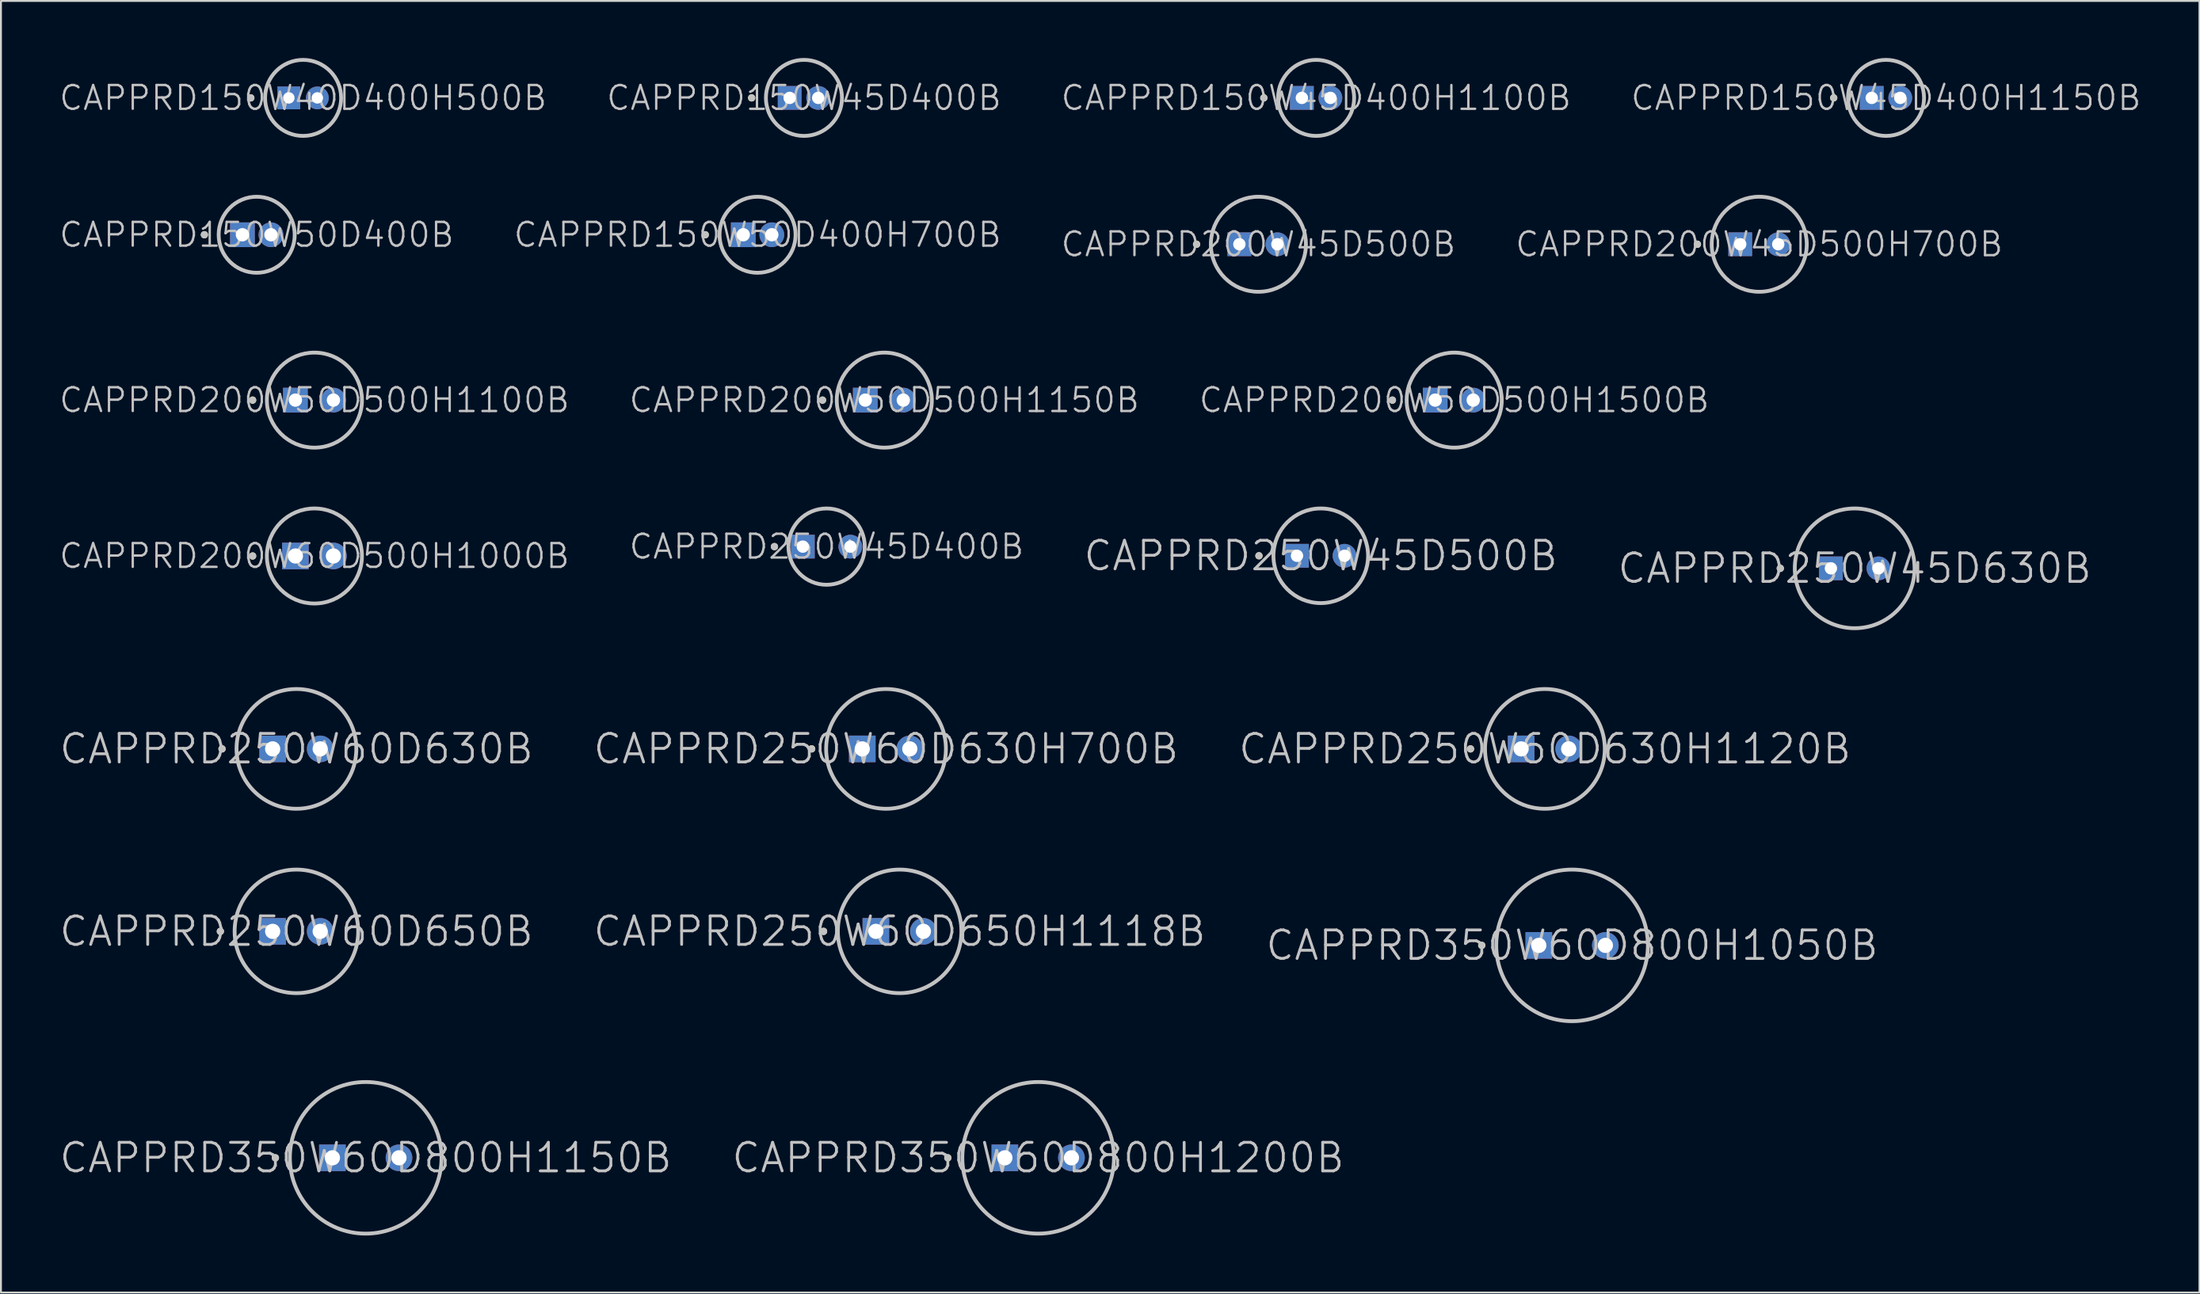
<source format=kicad_pcb>
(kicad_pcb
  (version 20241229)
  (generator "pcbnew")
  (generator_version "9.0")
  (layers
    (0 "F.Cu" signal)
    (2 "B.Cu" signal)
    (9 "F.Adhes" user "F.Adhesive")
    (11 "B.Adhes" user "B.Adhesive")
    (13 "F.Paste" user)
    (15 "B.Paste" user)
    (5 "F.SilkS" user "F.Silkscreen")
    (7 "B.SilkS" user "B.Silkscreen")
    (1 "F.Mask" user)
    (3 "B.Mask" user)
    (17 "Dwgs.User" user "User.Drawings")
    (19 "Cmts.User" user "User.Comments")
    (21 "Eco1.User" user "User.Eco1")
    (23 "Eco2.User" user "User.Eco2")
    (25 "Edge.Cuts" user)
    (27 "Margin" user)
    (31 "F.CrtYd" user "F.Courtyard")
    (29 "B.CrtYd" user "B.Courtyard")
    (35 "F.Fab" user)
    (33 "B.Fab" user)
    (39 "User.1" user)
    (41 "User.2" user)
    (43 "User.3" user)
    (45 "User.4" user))
  (footprint "CAPPRD200W60D500H1000B"
    (layer "F.Cu")
    (at 13.485 26.2)
    (property "Reference" "CAPPRD200W60D500H1000B" (at 0 0 0) (layer "Dwgs.User") (effects (font (size 1.25 1.25) (thickness 0.125))))
    (attr through_hole)
    (fp_line (start -3.25 0) (end -3.25 0) (stroke (width 0.381) (type solid)) (layer "F.SilkS"))
    (fp_line (start -3.25 0) (end -3.25 0) (stroke (width 0.381) (type solid)) (layer "Dwgs.User"))
    (fp_circle (center 0 0) (end 2.5 0) (stroke (width 0.2) (type solid)) (fill no) (layer "Dwgs.User"))
    (pad "1" thru_hole rect (at -1 0) (size 1.4 1.4) (drill 0.8) (layers "*.Cu" "*.Mask"))
    (pad "2" thru_hole circle (at 1 0) (size 1.4 1.4) (drill 0.8) (layers "*.Cu" "*.Mask")))
  (footprint "CAPPRD250W45D400B"
    (layer "F.Cu")
    (at 40.42 25.707)
    (property "Reference" "CAPPRD250W45D400B" (at 0 0 0) (layer "Dwgs.User") (effects (font (size 1.25 1.25) (thickness 0.125))))
    (attr through_hole)
    (fp_line (start -2.743 0) (end -2.743 0) (stroke (width 0.381) (type solid)) (layer "F.SilkS"))
    (fp_line (start -2.743 0) (end -2.743 0) (stroke (width 0.381) (type solid)) (layer "Dwgs.User"))
    (fp_circle (center 0 0) (end 2.007 0) (stroke (width 0.2) (type solid)) (fill no) (layer "Dwgs.User"))
    (pad "1" thru_hole rect (at -1.25 0) (size 1.25 1.25) (drill 0.65) (layers "*.Cu" "*.Mask"))
    (pad "2" thru_hole circle (at 1.25 0) (size 1.25 1.25) (drill 0.65) (layers "*.Cu" "*.Mask")))
  (footprint "CAPPRD150W45D400H1100B"
    (layer "F.Cu")
    (at 66.164 2.1)
    (property "Reference" "CAPPRD150W45D400H1100B" (at 0 0 0) (layer "Dwgs.User") (effects (font (size 1.25 1.25) (thickness 0.125))))
    (attr through_hole)
    (fp_line (start -2.75 0) (end -2.75 0) (stroke (width 0.381) (type solid)) (layer "F.SilkS"))
    (fp_line (start -2.75 0) (end -2.75 0) (stroke (width 0.381) (type solid)) (layer "Dwgs.User"))
    (fp_circle (center 0 0) (end 2 0) (stroke (width 0.2) (type solid)) (fill no) (layer "Dwgs.User"))
    (pad "1" thru_hole rect (at -0.75 0) (size 1.25 1.25) (drill 0.65) (layers "*.Cu" "*.Mask"))
    (pad "2" thru_hole circle (at 0.75 0) (size 1.25 1.25) (drill 0.65) (layers "*.Cu" "*.Mask")))
  (footprint "CAPPRD150W45D400B"
    (layer "F.Cu")
    (at 39.229 2.1)
    (property "Reference" "CAPPRD150W45D400B" (at 0 0 0) (layer "Dwgs.User") (effects (font (size 1.25 1.25) (thickness 0.125))))
    (attr through_hole)
    (fp_line (start -2.75 0) (end -2.75 0) (stroke (width 0.381) (type solid)) (layer "F.SilkS"))
    (fp_line (start -2.75 0) (end -2.75 0) (stroke (width 0.381) (type solid)) (layer "Dwgs.User"))
    (fp_circle (center 0 0) (end 2 0) (stroke (width 0.2) (type solid)) (fill no) (layer "Dwgs.User"))
    (pad "1" thru_hole rect (at -0.75 0) (size 1.25 1.25) (drill 0.65) (layers "*.Cu" "*.Mask"))
    (pad "2" thru_hole circle (at 0.75 0) (size 1.25 1.25) (drill 0.65) (layers "*.Cu" "*.Mask")))
  (footprint "CAPPRD250W45D500B"
    (layer "F.Cu")
    (at 66.408 26.189)
    (property "Reference" "CAPPRD250W45D500B" (at 0 0 0) (layer "Dwgs.User") (effects (font (size 1.5 1.5) (thickness 0.15))))
    (attr through_hole)
    (fp_line (start -3.251 0) (end -3.251 0) (stroke (width 0.381) (type solid)) (layer "F.SilkS"))
    (fp_line (start -3.251 0) (end -3.251 0) (stroke (width 0.381) (type solid)) (layer "Dwgs.User"))
    (fp_circle (center 0 0) (end 2.489 0) (stroke (width 0.2) (type solid)) (fill no) (layer "Dwgs.User"))
    (pad "1" thru_hole rect (at -1.25 0) (size 1.25 1.25) (drill 0.65) (layers "*.Cu" "*.Mask"))
    (pad "2" thru_hole circle (at 1.25 0) (size 1.25 1.25) (drill 0.65) (layers "*.Cu" "*.Mask")))
  (footprint "CAPPRD250W60D630B"
    (layer "F.Cu")
    (at 12.539 36.349)
    (property "Reference" "CAPPRD250W60D630B" (at 0 0 0) (layer "Dwgs.User") (effects (font (size 1.5 1.5) (thickness 0.15))))
    (attr through_hole)
    (fp_line (start -3.912 0) (end -3.912 0) (stroke (width 0.381) (type solid)) (layer "F.SilkS"))
    (fp_line (start -3.912 0) (end -3.912 0) (stroke (width 0.381) (type solid)) (layer "Dwgs.User"))
    (fp_circle (center 0 0) (end 3.15 0) (stroke (width 0.2) (type solid)) (fill no) (layer "Dwgs.User"))
    (pad "1" thru_hole rect (at -1.25 0) (size 1.4 1.4) (drill 0.8) (layers "*.Cu" "*.Mask"))
    (pad "2" thru_hole circle (at 1.25 0) (size 1.4 1.4) (drill 0.8) (layers "*.Cu" "*.Mask")))
  (footprint "CAPPRD250W60D630H700B"
    (layer "F.Cu")
    (at 43.546 36.349)
    (property "Reference" "CAPPRD250W60D630H700B" (at 0 0 0) (layer "Dwgs.User") (effects (font (size 1.5 1.5) (thickness 0.15))))
    (attr through_hole)
    (fp_line (start -3.912 0) (end -3.912 0) (stroke (width 0.381) (type solid)) (layer "F.SilkS"))
    (fp_line (start -3.912 0) (end -3.912 0) (stroke (width 0.381) (type solid)) (layer "Dwgs.User"))
    (fp_circle (center 0 0) (end 3.15 0) (stroke (width 0.2) (type solid)) (fill no) (layer "Dwgs.User"))
    (pad "1" thru_hole rect (at -1.25 0) (size 1.4 1.4) (drill 0.8) (layers "*.Cu" "*.Mask"))
    (pad "2" thru_hole circle (at 1.25 0) (size 1.4 1.4) (drill 0.8) (layers "*.Cu" "*.Mask")))
  (footprint "CAPPRD150W40D400H500B"
    (layer "F.Cu")
    (at 12.89 2.1)
    (property "Reference" "CAPPRD150W40D400H500B" (at 0 0 0) (layer "Dwgs.User") (effects (font (size 1.25 1.25) (thickness 0.125))))
    (attr through_hole)
    (fp_line (start -2.75 0) (end -2.75 0) (stroke (width 0.381) (type solid)) (layer "F.SilkS"))
    (fp_line (start -2.75 0) (end -2.75 0) (stroke (width 0.381) (type solid)) (layer "Dwgs.User"))
    (fp_circle (center 0 0) (end 2 0) (stroke (width 0.2) (type solid)) (fill no) (layer "Dwgs.User"))
    (pad "1" thru_hole rect (at -0.75 0) (size 1.2 1.2) (drill 0.6) (layers "*.Cu" "*.Mask"))
    (pad "2" thru_hole circle (at 0.75 0) (size 1.2 1.2) (drill 0.6) (layers "*.Cu" "*.Mask")))
  (footprint "CAPPRD250W60D650B"
    (layer "F.Cu")
    (at 12.539 45.948)
    (property "Reference" "CAPPRD250W60D650B" (at 0 0 0) (layer "Dwgs.User") (effects (font (size 1.5 1.5) (thickness 0.15))))
    (attr through_hole)
    (fp_line (start -4 0) (end -4 0) (stroke (width 0.381) (type solid)) (layer "F.SilkS"))
    (fp_line (start -4 0) (end -4 0) (stroke (width 0.381) (type solid)) (layer "Dwgs.User"))
    (fp_circle (center 0 0) (end 3.25 0) (stroke (width 0.2) (type solid)) (fill no) (layer "Dwgs.User"))
    (pad "1" thru_hole rect (at -1.25 0) (size 1.4 1.4) (drill 0.8) (layers "*.Cu" "*.Mask"))
    (pad "2" thru_hole circle (at 1.25 0) (size 1.4 1.4) (drill 0.8) (layers "*.Cu" "*.Mask")))
  (footprint "CAPPRD200W45D500H700B"
    (layer "F.Cu")
    (at 89.467 9.8)
    (property "Reference" "CAPPRD200W45D500H700B" (at 0 0 0) (layer "Dwgs.User") (effects (font (size 1.25 1.25) (thickness 0.125))))
    (attr through_hole)
    (fp_line (start -3.25 0) (end -3.25 0) (stroke (width 0.381) (type solid)) (layer "F.SilkS"))
    (fp_line (start -3.25 0) (end -3.25 0) (stroke (width 0.381) (type solid)) (layer "Dwgs.User"))
    (fp_circle (center 0 0) (end 2.5 0) (stroke (width 0.2) (type solid)) (fill no) (layer "Dwgs.User"))
    (pad "1" thru_hole rect (at -1 0) (size 1.25 1.25) (drill 0.65) (layers "*.Cu" "*.Mask"))
    (pad "2" thru_hole circle (at 1 0 90) (size 1.25 1.25) (drill 0.65) (layers "*.Cu" "*.Mask")))
  (footprint "CAPPRD250W60D630H1120B"
    (layer "F.Cu")
    (at 78.196 36.349)
    (property "Reference" "CAPPRD250W60D630H1120B" (at 0 0 0) (layer "Dwgs.User") (effects (font (size 1.5 1.5) (thickness 0.15))))
    (attr through_hole)
    (fp_line (start -3.912 0) (end -3.912 0) (stroke (width 0.381) (type solid)) (layer "F.SilkS"))
    (fp_line (start -3.912 0) (end -3.912 0) (stroke (width 0.381) (type solid)) (layer "Dwgs.User"))
    (fp_circle (center 0 0) (end 3.15 0) (stroke (width 0.2) (type solid)) (fill no) (layer "Dwgs.User"))
    (pad "1" thru_hole rect (at -1.25 0) (size 1.4 1.4) (drill 0.8) (layers "*.Cu" "*.Mask"))
    (pad "2" thru_hole circle (at 1.25 0) (size 1.4 1.4) (drill 0.8) (layers "*.Cu" "*.Mask")))
  (footprint "CAPPRD350W60D800H1150B"
    (layer "F.Cu")
    (at 16.182 57.862)
    (property "Reference" "CAPPRD350W60D800H1150B" (at 0 0 0) (layer "Dwgs.User") (effects (font (size 1.5 1.5) (thickness 0.15))))
    (attr through_hole)
    (fp_line (start -4.75 0) (end -4.75 0) (stroke (width 0.381) (type solid)) (layer "F.SilkS"))
    (fp_line (start -4.75 0) (end -4.75 0) (stroke (width 0.381) (type solid)) (layer "Dwgs.User"))
    (fp_circle (center 0 0) (end 3.988 0) (stroke (width 0.2) (type solid)) (fill no) (layer "Dwgs.User"))
    (pad "1" thru_hole rect (at -1.75 0) (size 1.4 1.4) (drill 0.8) (layers "*.Cu" "*.Mask"))
    (pad "2" thru_hole circle (at 1.75 0) (size 1.4 1.4) (drill 0.8) (layers "*.Cu" "*.Mask")))
  (footprint "CAPPRD150W50D400B"
    (layer "F.Cu")
    (at 10.449 9.3)
    (property "Reference" "CAPPRD150W50D400B" (at 0 0 0) (layer "Dwgs.User") (effects (font (size 1.25 1.25) (thickness 0.125))))
    (attr through_hole)
    (fp_line (start -2.75 0) (end -2.75 0) (stroke (width 0.381) (type solid)) (layer "F.SilkS"))
    (fp_line (start -2.75 0) (end -2.75 0) (stroke (width 0.381) (type solid)) (layer "Dwgs.User"))
    (fp_circle (center 0 0) (end 2 0) (stroke (width 0.2) (type solid)) (fill no) (layer "Dwgs.User"))
    (pad "1" thru_hole rect (at -0.75 0) (size 1.3 1.3) (drill 0.7) (layers "*.Cu" "*.Mask"))
    (pad "2" thru_hole circle (at 0.75 0) (size 1.3 1.3) (drill 0.7) (layers "*.Cu" "*.Mask")))
  (footprint "CAPPRD250W45D630B"
    (layer "F.Cu")
    (at 94.487 26.85)
    (property "Reference" "CAPPRD250W45D630B" (at 0 0 0) (layer "Dwgs.User") (effects (font (size 1.5 1.5) (thickness 0.15))))
    (attr through_hole)
    (fp_line (start -3.912 0) (end -3.912 0) (stroke (width 0.381) (type solid)) (layer "F.SilkS"))
    (fp_line (start -3.912 0) (end -3.912 0) (stroke (width 0.381) (type solid)) (layer "Dwgs.User"))
    (fp_circle (center 0 0) (end 3.15 0) (stroke (width 0.2) (type solid)) (fill no) (layer "Dwgs.User"))
    (pad "1" thru_hole rect (at -1.25 0) (size 1.25 1.25) (drill 0.65) (layers "*.Cu" "*.Mask"))
    (pad "2" thru_hole circle (at 1.25 0) (size 1.25 1.25) (drill 0.65) (layers "*.Cu" "*.Mask")))
  (footprint "CAPPRD250W60D650H1118B"
    (layer "F.Cu")
    (at 44.261 45.948)
    (property "Reference" "CAPPRD250W60D650H1118B" (at 0 0 0) (layer "Dwgs.User") (effects (font (size 1.5 1.5) (thickness 0.15))))
    (attr through_hole)
    (fp_line (start -4 0) (end -4 0) (stroke (width 0.381) (type solid)) (layer "F.SilkS"))
    (fp_line (start -4 0) (end -4 0) (stroke (width 0.381) (type solid)) (layer "Dwgs.User"))
    (fp_circle (center 0 0) (end 3.25 0) (stroke (width 0.2) (type solid)) (fill no) (layer "Dwgs.User"))
    (pad "1" thru_hole rect (at -1.25 0) (size 1.4 1.4) (drill 0.8) (layers "*.Cu" "*.Mask"))
    (pad "2" thru_hole circle (at 1.25 0) (size 1.4 1.4) (drill 0.8) (layers "*.Cu" "*.Mask")))
  (footprint "CAPPRD200W50D500H1100B"
    (layer "F.Cu")
    (at 13.485 18)
    (property "Reference" "CAPPRD200W50D500H1100B" (at 0 0 0) (layer "Dwgs.User") (effects (font (size 1.25 1.25) (thickness 0.125))))
    (attr through_hole)
    (fp_line (start -3.25 0) (end -3.25 0) (stroke (width 0.381) (type solid)) (layer "F.SilkS"))
    (fp_line (start -3.25 0) (end -3.25 0) (stroke (width 0.381) (type solid)) (layer "Dwgs.User"))
    (fp_circle (center 0 0) (end 2.5 0) (stroke (width 0.2) (type solid)) (fill no) (layer "Dwgs.User"))
    (pad "1" thru_hole rect (at -1 0) (size 1.3 1.3) (drill 0.7) (layers "*.Cu" "*.Mask"))
    (pad "2" thru_hole circle (at 1 0) (size 1.3 1.3) (drill 0.7) (layers "*.Cu" "*.Mask")))
  (footprint "CAPPRD350W60D800H1200B"
    (layer "F.Cu")
    (at 51.546 57.862)
    (property "Reference" "CAPPRD350W60D800H1200B" (at 0 0 0) (layer "Dwgs.User") (effects (font (size 1.5 1.5) (thickness 0.15))))
    (attr through_hole)
    (fp_line (start -4.75 0) (end -4.75 0) (stroke (width 0.381) (type solid)) (layer "F.SilkS"))
    (fp_line (start -4.75 0) (end -4.75 0) (stroke (width 0.381) (type solid)) (layer "Dwgs.User"))
    (fp_circle (center 0 0) (end 3.988 0) (stroke (width 0.2) (type solid)) (fill no) (layer "Dwgs.User"))
    (pad "1" thru_hole rect (at -1.75 0) (size 1.4 1.4) (drill 0.8) (layers "*.Cu" "*.Mask"))
    (pad "2" thru_hole circle (at 1.75 0) (size 1.4 1.4) (drill 0.8) (layers "*.Cu" "*.Mask")))
  (footprint "CAPPRD200W45D500B"
    (layer "F.Cu")
    (at 63.128 9.8)
    (property "Reference" "CAPPRD200W45D500B" (at 0 0 0) (layer "Dwgs.User") (effects (font (size 1.25 1.25) (thickness 0.125))))
    (attr through_hole)
    (fp_line (start -3.25 0) (end -3.25 0) (stroke (width 0.381) (type solid)) (layer "F.SilkS"))
    (fp_line (start -3.25 0) (end -3.25 0) (stroke (width 0.381) (type solid)) (layer "Dwgs.User"))
    (fp_circle (center 0 0) (end 2.5 0) (stroke (width 0.2) (type solid)) (fill no) (layer "Dwgs.User"))
    (pad "1" thru_hole rect (at -1 0) (size 1.25 1.25) (drill 0.65) (layers "*.Cu" "*.Mask"))
    (pad "2" thru_hole circle (at 1 0 90) (size 1.25 1.25) (drill 0.65) (layers "*.Cu" "*.Mask")))
  (footprint "CAPPRD350W60D800H1050B"
    (layer "F.Cu")
    (at 79.625 46.686)
    (property "Reference" "CAPPRD350W60D800H1050B" (at 0 0 0) (layer "Dwgs.User") (effects (font (size 1.5 1.5) (thickness 0.15))))
    (attr through_hole)
    (fp_line (start -4.75 0) (end -4.75 0) (stroke (width 0.381) (type solid)) (layer "F.SilkS"))
    (fp_line (start -4.75 0) (end -4.75 0) (stroke (width 0.381) (type solid)) (layer "Dwgs.User"))
    (fp_circle (center 0 0) (end 3.988 0) (stroke (width 0.2) (type solid)) (fill no) (layer "Dwgs.User"))
    (pad "1" thru_hole rect (at -1.75 0) (size 1.4 1.4) (drill 0.8) (layers "*.Cu" "*.Mask"))
    (pad "2" thru_hole circle (at 1.75 0) (size 1.4 1.4) (drill 0.8) (layers "*.Cu" "*.Mask")))
  (footprint "CAPPRD200W50D500H1500B"
    (layer "F.Cu")
    (at 73.426 18)
    (property "Reference" "CAPPRD200W50D500H1500B" (at 0 0 0) (layer "Dwgs.User") (effects (font (size 1.25 1.25) (thickness 0.125))))
    (attr through_hole)
    (fp_line (start -3.25 0) (end -3.25 0) (stroke (width 0.381) (type solid)) (layer "F.SilkS"))
    (fp_line (start -3.25 0) (end -3.25 0) (stroke (width 0.381) (type solid)) (layer "Dwgs.User"))
    (fp_circle (center 0 0) (end 2.5 0) (stroke (width 0.2) (type solid)) (fill no) (layer "Dwgs.User"))
    (pad "1" thru_hole rect (at -1 0) (size 1.3 1.3) (drill 0.7) (layers "*.Cu" "*.Mask"))
    (pad "2" thru_hole circle (at 1 0) (size 1.3 1.3) (drill 0.7) (layers "*.Cu" "*.Mask")))
  (footprint "CAPPRD150W50D400H700B"
    (layer "F.Cu")
    (at 36.789 9.3)
    (property "Reference" "CAPPRD150W50D400H700B" (at 0 0 0) (layer "Dwgs.User") (effects (font (size 1.25 1.25) (thickness 0.125))))
    (attr through_hole)
    (fp_line (start -2.75 0) (end -2.75 0) (stroke (width 0.381) (type solid)) (layer "F.SilkS"))
    (fp_line (start -2.75 0) (end -2.75 0) (stroke (width 0.381) (type solid)) (layer "Dwgs.User"))
    (fp_circle (center 0 0) (end 2 0) (stroke (width 0.2) (type solid)) (fill no) (layer "Dwgs.User"))
    (pad "1" thru_hole rect (at -0.75 0) (size 1.3 1.3) (drill 0.7) (layers "*.Cu" "*.Mask"))
    (pad "2" thru_hole circle (at 0.75 0) (size 1.3 1.3) (drill 0.7) (layers "*.Cu" "*.Mask")))
  (footprint "CAPPRD200W50D500H1150B"
    (layer "F.Cu")
    (at 43.455 18)
    (property "Reference" "CAPPRD200W50D500H1150B" (at 0 0 0) (layer "Dwgs.User") (effects (font (size 1.25 1.25) (thickness 0.125))))
    (attr through_hole)
    (fp_line (start -3.25 0) (end -3.25 0) (stroke (width 0.381) (type solid)) (layer "F.SilkS"))
    (fp_line (start -3.25 0) (end -3.25 0) (stroke (width 0.381) (type solid)) (layer "Dwgs.User"))
    (fp_circle (center 0 0) (end 2.5 0) (stroke (width 0.2) (type solid)) (fill no) (layer "Dwgs.User"))
    (pad "1" thru_hole rect (at -1 0) (size 1.3 1.3) (drill 0.7) (layers "*.Cu" "*.Mask"))
    (pad "2" thru_hole circle (at 1 0) (size 1.3 1.3) (drill 0.7) (layers "*.Cu" "*.Mask")))
  (footprint "CAPPRD150W45D400H1150B"
    (layer "F.Cu")
    (at 96.134 2.1)
    (property "Reference" "CAPPRD150W45D400H1150B" (at 0 0 0) (layer "Dwgs.User") (effects (font (size 1.25 1.25) (thickness 0.125))))
    (attr through_hole)
    (fp_line (start -2.75 0) (end -2.75 0) (stroke (width 0.381) (type solid)) (layer "F.SilkS"))
    (fp_line (start -2.75 0) (end -2.75 0) (stroke (width 0.381) (type solid)) (layer "Dwgs.User"))
    (fp_circle (center 0 0) (end 2 0) (stroke (width 0.2) (type solid)) (fill no) (layer "Dwgs.User"))
    (pad "1" thru_hole rect (at -0.75 0) (size 1.25 1.25) (drill 0.65) (layers "*.Cu" "*.Mask"))
    (pad "2" thru_hole circle (at 0.75 0) (size 1.25 1.25) (drill 0.65) (layers "*.Cu" "*.Mask")))
  (gr_rect
    (start -3 -3)
    (end 112.619 64.95)
    (stroke (width 0.1) (type default))
    (fill no)
    (layer "Edge.Cuts")))
</source>
